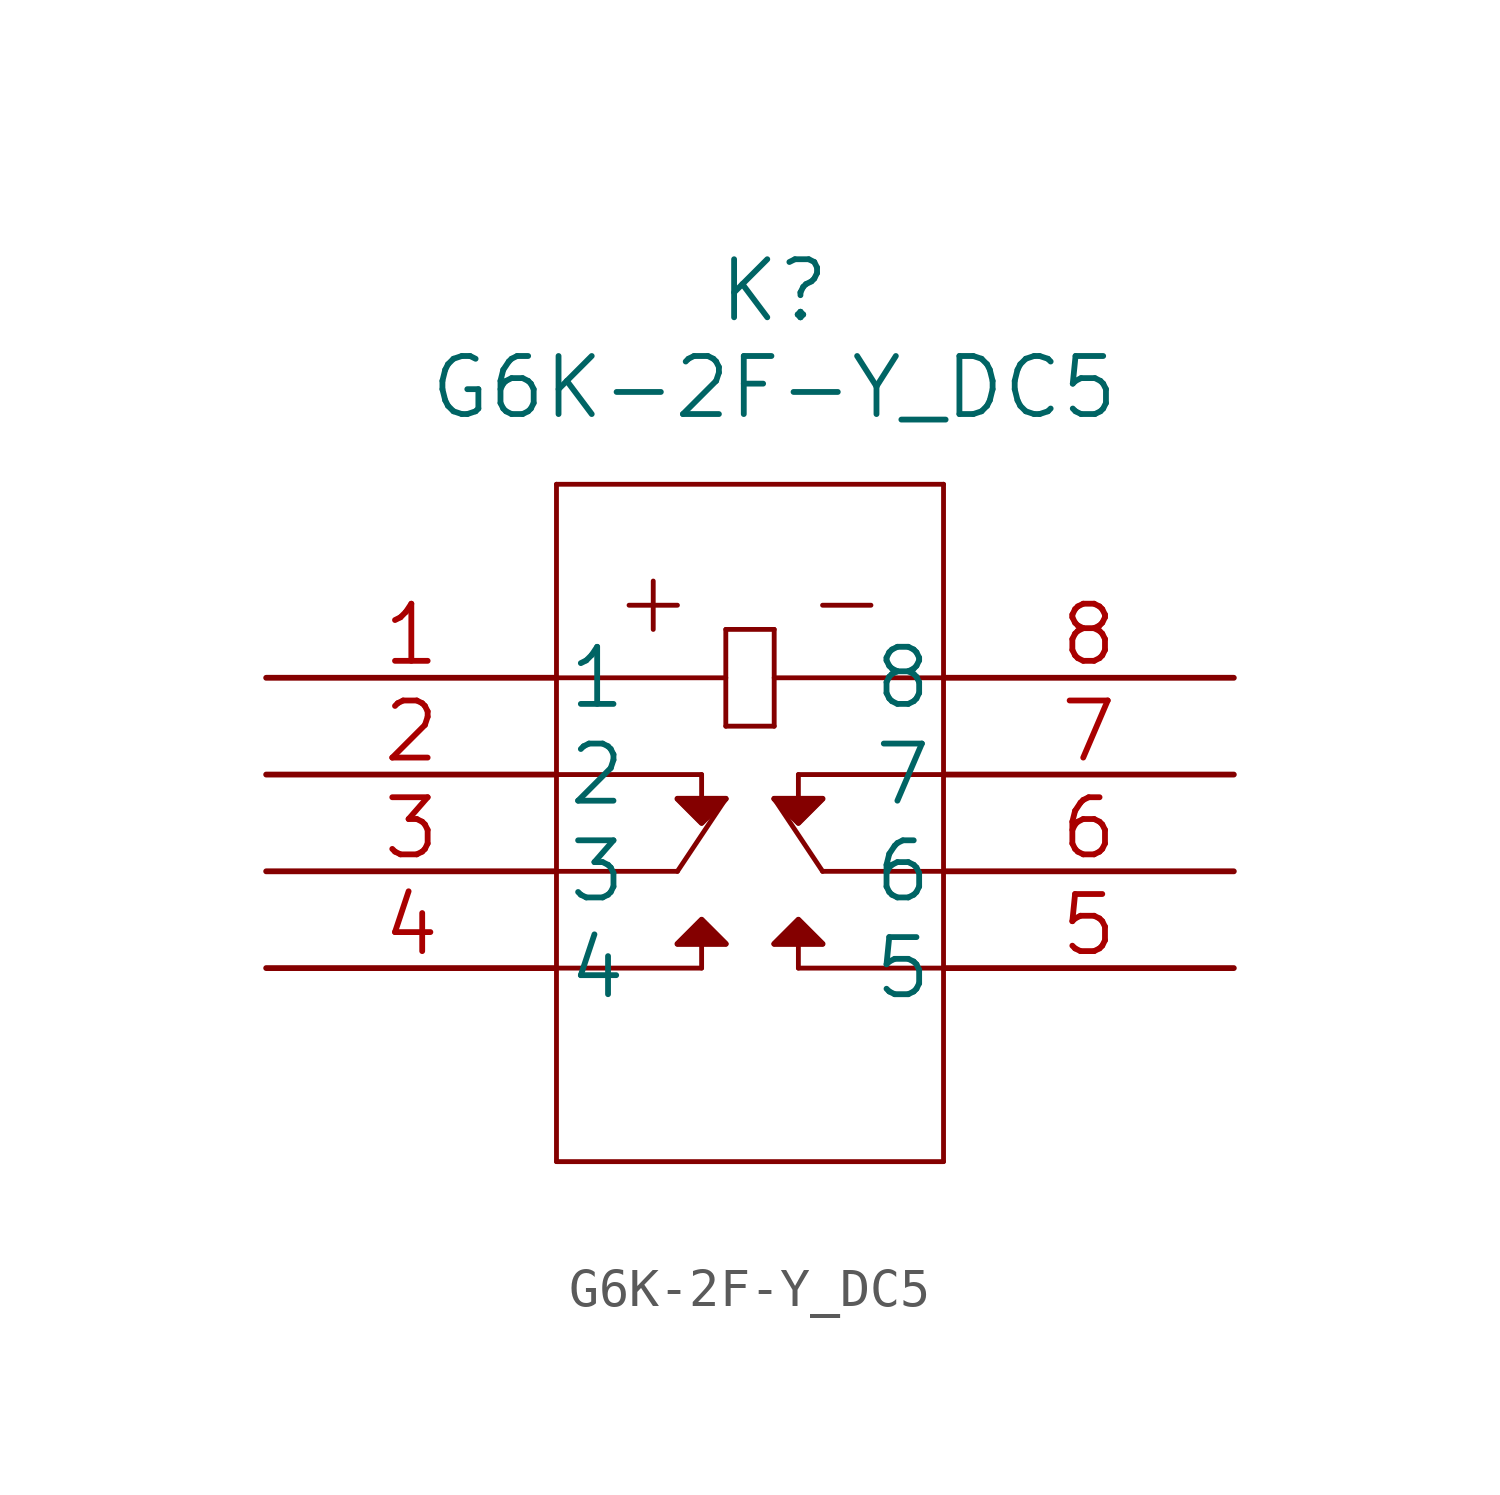
<source format=kicad_sym>
(kicad_symbol_lib
  (version 20231120)
  (generator "kicad_symbol_editor")
  (generator_version "8.0")
  (symbol "G6K-2F-Y_DC5"
    (pin_names
      (offset 0.254))
    (property "Reference" "K"
      (at 13.335 10.16 0)
      (effects (font (size 1.524 1.524))))
    (property "Value" "G6K-2F-Y_DC5"
      (at 13.335 7.62 0)
      (effects (font (size 1.524 1.524))))
    (property "Datasheet" ""
      (at 0 0 0)
      (effects (font (size 1.524 1.524))))
    (symbol "G6K-2F-Y_DC5_1_1"
      (polyline (pts (xy 7.62 -12.7) (xy 17.78 -12.7)) (stroke (width 0.127) (type default)) (fill (type none)))
      (polyline (pts (xy 7.62 -7.62) (xy 11.43 -7.62)) (stroke (width 0.127) (type default)) (fill (type none)))
      (polyline (pts (xy 7.62 -5.08) (xy 10.795 -5.08)) (stroke (width 0.127) (type default)) (fill (type none)))
      (polyline (pts (xy 7.62 -2.54) (xy 11.43 -2.54)) (stroke (width 0.127) (type default)) (fill (type none)))
      (polyline (pts (xy 7.62 0) (xy 12.065 0)) (stroke (width 0.127) (type default)) (fill (type none)))
      (polyline (pts (xy 7.62 5.08) (xy 7.62 -12.7)) (stroke (width 0.127) (type default)) (fill (type none)))
      (polyline (pts (xy 9.525 1.905) (xy 10.795 1.905)) (stroke (width 0.127) (type default)) (fill (type none)))
      (polyline (pts (xy 10.16 2.54) (xy 10.16 1.27)) (stroke (width 0.127) (type default)) (fill (type none)))
      (polyline (pts (xy 10.795 -6.985) (xy 11.43 -6.35)) (stroke (width 0.127) (type default)) (fill (type none)))
      (polyline (pts (xy 10.795 -6.985) (xy 12.065 -6.985)) (stroke (width 0.127) (type default)) (fill (type none)))
      (polyline (pts (xy 10.795 -3.175) (xy 11.43 -3.81)) (stroke (width 0.127) (type default)) (fill (type none)))
      (polyline (pts (xy 10.795 -3.175) (xy 12.065 -3.175)) (stroke (width 0.127) (type default)) (fill (type none)))
      (polyline (pts (xy 11.43 -7.62) (xy 11.43 -6.985)) (stroke (width 0.127) (type default)) (fill (type none)))
      (polyline (pts (xy 11.43 -6.35) (xy 12.065 -6.985)) (stroke (width 0.127) (type default)) (fill (type none)))
      (polyline (pts (xy 11.43 -2.54) (xy 11.43 -3.175)) (stroke (width 0.127) (type default)) (fill (type none)))
      (polyline (pts (xy 12.065 -3.175) (xy 10.795 -5.08)) (stroke (width 0.127) (type default)) (fill (type none)))
      (polyline (pts (xy 12.065 -3.175) (xy 11.43 -3.81)) (stroke (width 0.127) (type default)) (fill (type none)))
      (polyline (pts (xy 12.065 -1.27) (xy 13.335 -1.27)) (stroke (width 0.127) (type default)) (fill (type none)))
      (polyline (pts (xy 12.065 1.27) (xy 12.065 -1.27)) (stroke (width 0.127) (type default)) (fill (type none)))
      (polyline (pts (xy 12.065 1.27) (xy 13.335 1.27)) (stroke (width 0.127) (type default)) (fill (type none)))
      (polyline (pts (xy 13.335 -6.985) (xy 13.97 -6.35)) (stroke (width 0.127) (type default)) (fill (type none)))
      (polyline (pts (xy 13.335 -6.985) (xy 14.605 -6.985)) (stroke (width 0.127) (type default)) (fill (type none)))
      (polyline (pts (xy 13.335 -3.175) (xy 13.97 -3.81)) (stroke (width 0.127) (type default)) (fill (type none)))
      (polyline (pts (xy 13.335 -3.175) (xy 14.605 -3.175)) (stroke (width 0.127) (type default)) (fill (type none)))
      (polyline (pts (xy 13.335 1.27) (xy 13.335 -1.27)) (stroke (width 0.127) (type default)) (fill (type none)))
      (polyline (pts (xy 13.97 -7.62) (xy 13.97 -6.985)) (stroke (width 0.127) (type default)) (fill (type none)))
      (polyline (pts (xy 13.97 -7.62) (xy 17.78 -7.62)) (stroke (width 0.127) (type default)) (fill (type none)))
      (polyline (pts (xy 13.97 -6.35) (xy 14.605 -6.985)) (stroke (width 0.127) (type default)) (fill (type none)))
      (polyline (pts (xy 13.97 -3.81) (xy 14.605 -3.175)) (stroke (width 0.127) (type default)) (fill (type none)))
      (polyline (pts (xy 13.97 -2.54) (xy 13.97 -3.175)) (stroke (width 0.127) (type default)) (fill (type none)))
      (polyline (pts (xy 13.97 -2.54) (xy 17.78 -2.54)) (stroke (width 0.127) (type default)) (fill (type none)))
      (polyline (pts (xy 14.605 -5.08) (xy 13.335 -3.175)) (stroke (width 0.127) (type default)) (fill (type none)))
      (polyline (pts (xy 14.605 1.905) (xy 15.875 1.905)) (stroke (width 0.127) (type default)) (fill (type none)))
      (polyline (pts (xy 17.78 -12.7) (xy 17.78 5.08)) (stroke (width 0.127) (type default)) (fill (type none)))
      (polyline (pts (xy 17.78 -5.08) (xy 14.605 -5.08)) (stroke (width 0.127) (type default)) (fill (type none)))
      (polyline (pts (xy 17.78 0) (xy 13.335 0)) (stroke (width 0.127) (type default)) (fill (type none)))
      (polyline (pts (xy 17.78 5.08) (xy 7.62 5.08)) (stroke (width 0.127) (type default)) (fill (type none)))
      (polyline (pts (xy 10.795 -6.985) (xy 11.43 -6.35) (xy 12.065 -6.985) (xy 10.795 -6.985)) (stroke (width 0) (type default)) (fill (type outline)))
      (polyline (pts (xy 10.795 -3.175) (xy 12.065 -3.175) (xy 11.43 -3.81) (xy 10.795 -3.175)) (stroke (width 0) (type default)) (fill (type outline)))
      (polyline (pts (xy 13.335 -6.985) (xy 13.97 -6.35) (xy 14.605 -6.985) (xy 13.335 -6.985)) (stroke (width 0) (type default)) (fill (type outline)))
      (polyline (pts (xy 13.335 -3.175) (xy 14.605 -3.175) (xy 13.97 -3.81) (xy 13.335 -3.175)) (stroke (width 0) (type default)) (fill (type outline)))
      (pin unspecified line (at 0 0 0) (length 7.62) (name "1" (effects (font (size 1.499 1.499)))) (number "1" (effects (font (size 1.499 1.499)))))
      (pin unspecified line (at 0 -2.54 0) (length 7.62) (name "2" (effects (font (size 1.499 1.499)))) (number "2" (effects (font (size 1.499 1.499)))))
      (pin unspecified line (at 0 -5.08 0) (length 7.62) (name "3" (effects (font (size 1.499 1.499)))) (number "3" (effects (font (size 1.499 1.499)))))
      (pin unspecified line (at 0 -7.62 0) (length 7.62) (name "4" (effects (font (size 1.499 1.499)))) (number "4" (effects (font (size 1.499 1.499)))))
      (pin unspecified line (at 25.4 -7.62 180) (length 7.62) (name "5" (effects (font (size 1.499 1.499)))) (number "5" (effects (font (size 1.499 1.499)))))
      (pin unspecified line (at 25.4 -5.08 180) (length 7.62) (name "6" (effects (font (size 1.499 1.499)))) (number "6" (effects (font (size 1.499 1.499)))))
      (pin unspecified line (at 25.4 -2.54 180) (length 7.62) (name "7" (effects (font (size 1.499 1.499)))) (number "7" (effects (font (size 1.499 1.499)))))
      (pin unspecified line (at 25.4 0 180) (length 7.62) (name "8" (effects (font (size 1.499 1.499)))) (number "8" (effects (font (size 1.499 1.499))))))))
</source>
